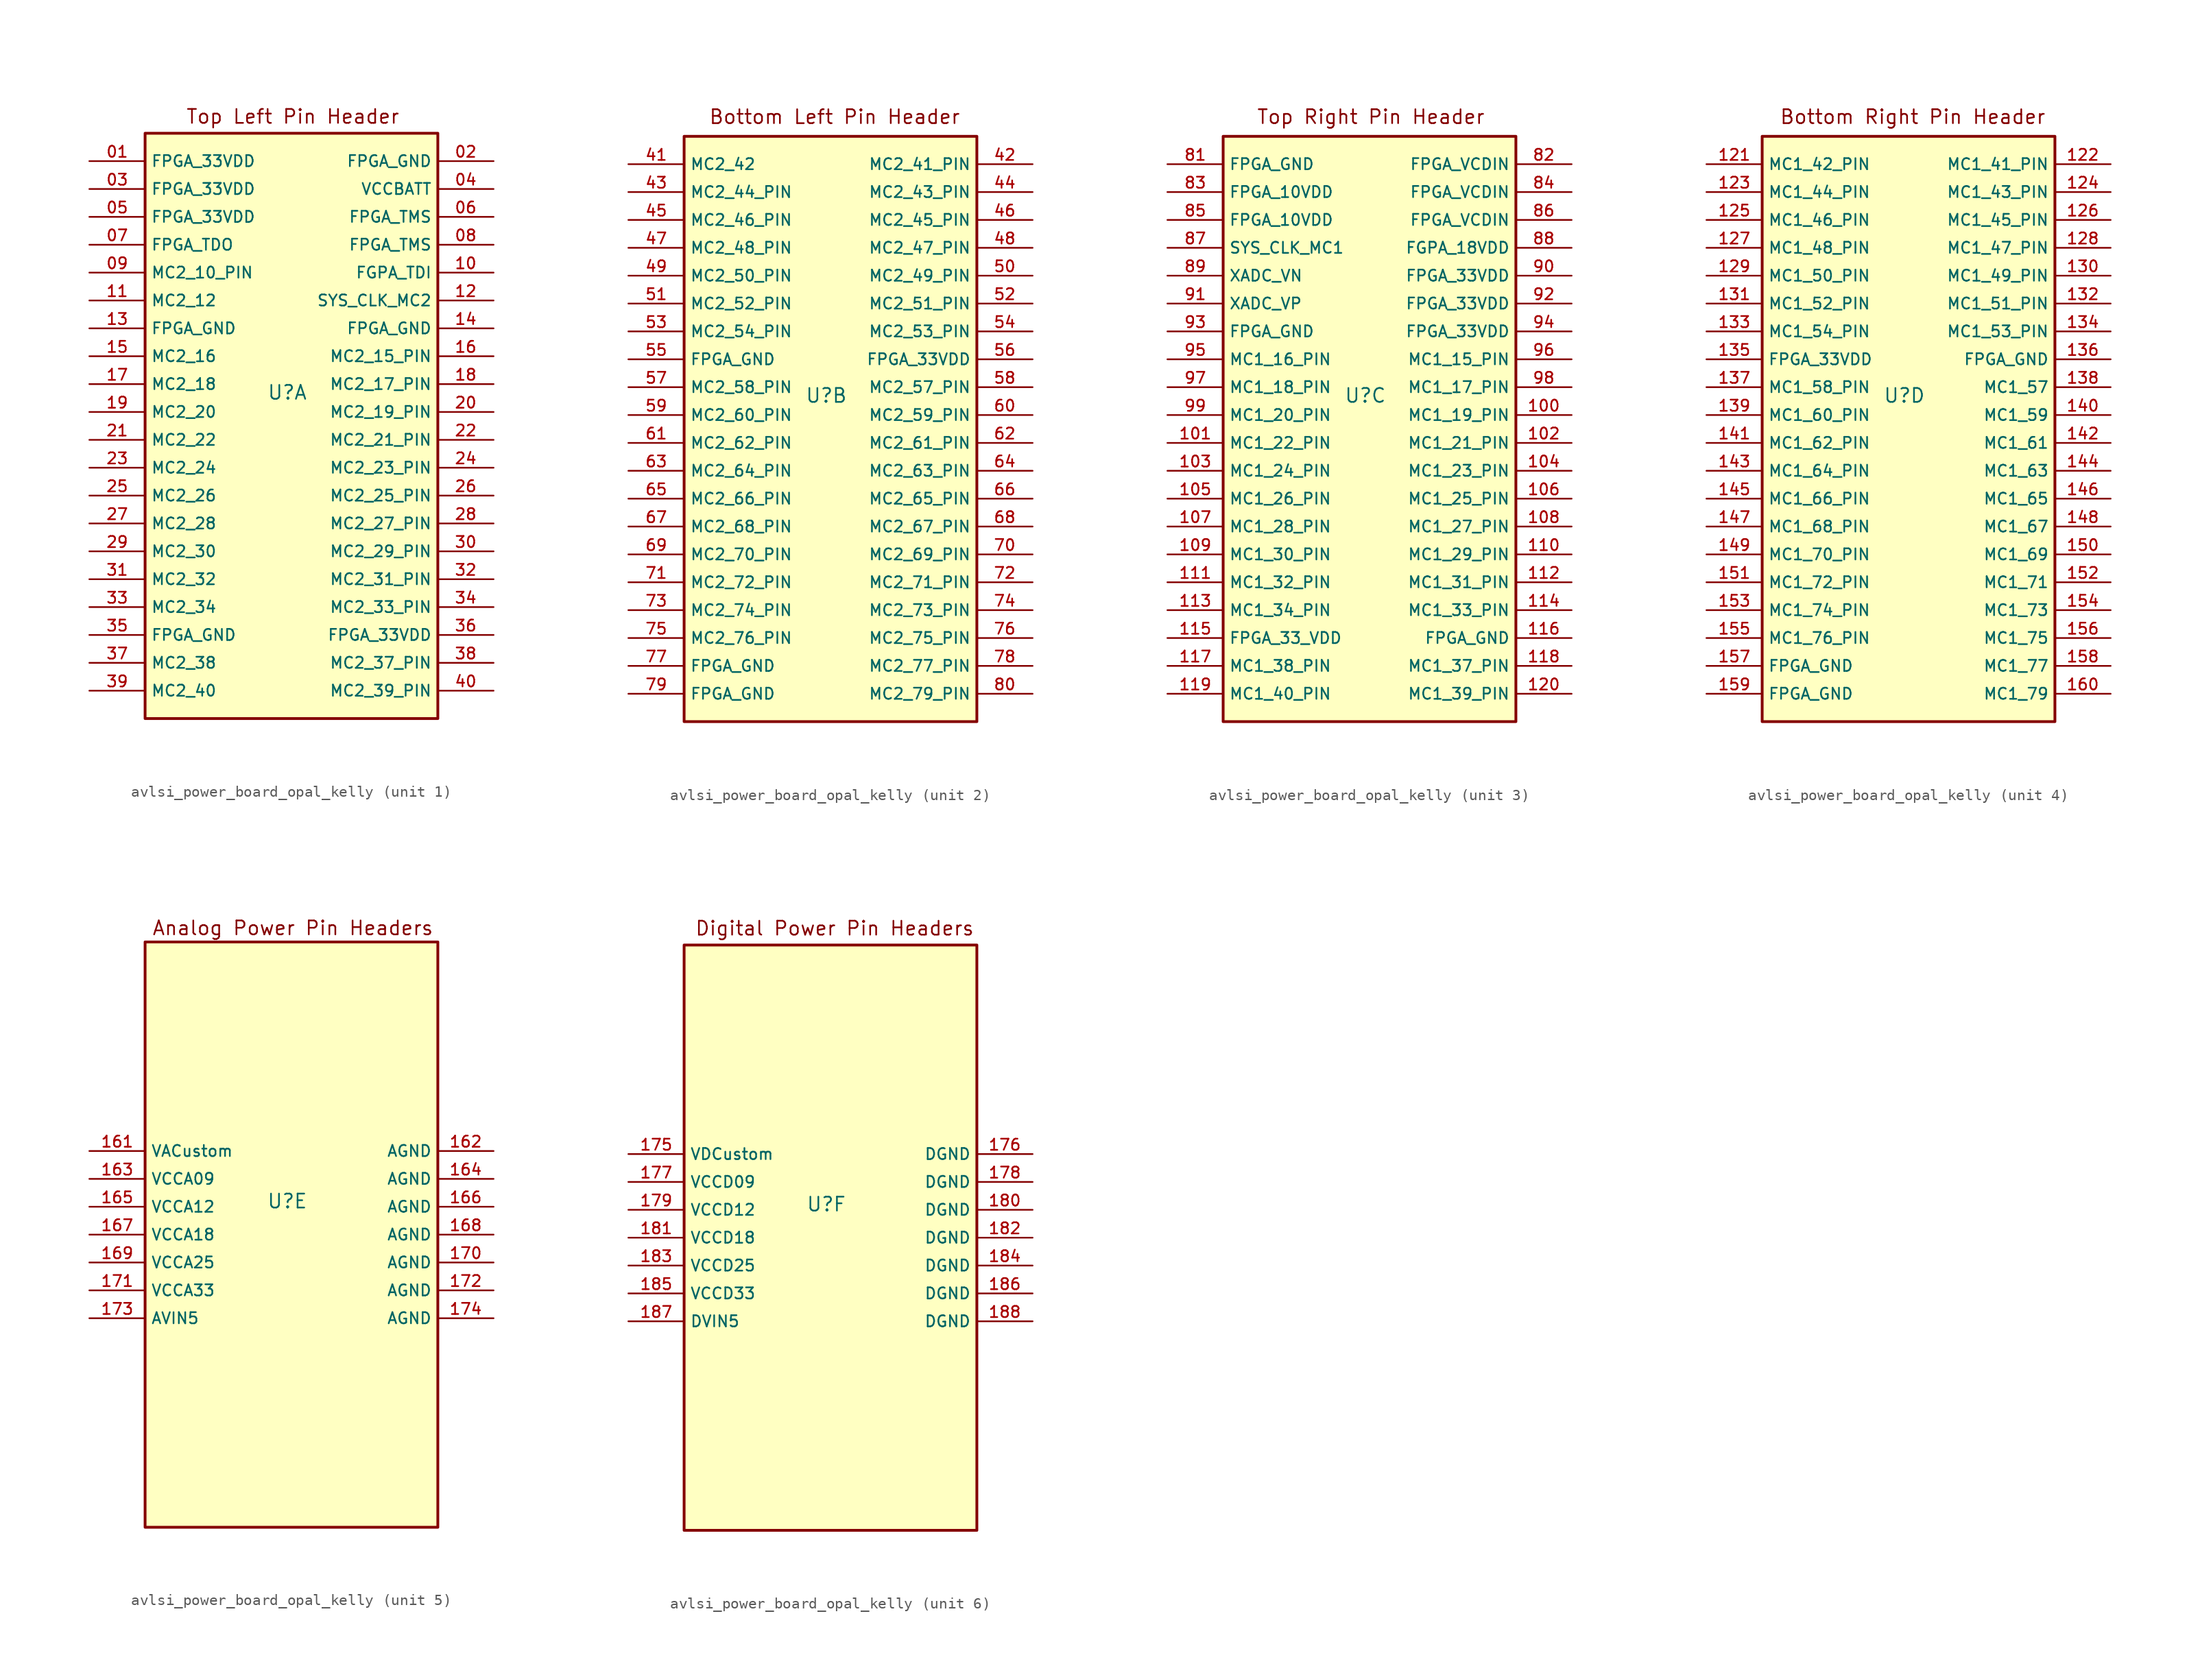
<source format=kicad_sym>
(kicad_symbol_lib
  (version 20231120)
  (generator "kicad_symbol_editor")
  (generator_version "8.0")
  (symbol "avlsi_power_board_opal_kelly"
    (property "Reference" "U"
      (at -1.016 3.048 0)
      (effects (font (size 1.27 1.27))))
    (property "Value" ""
      (at -5.08 -25.4 0)
      (effects (font (size 1.27 1.27))))
    (property "ki_locked" ""
      (at 0 0 0)
      (effects (font (size 1.27 1.27))))
    (symbol "avlsi_power_board_opal_kelly_0_0"
      (rectangle (start -13.97 26.67) (end 12.7 -26.67) (stroke (width 0.254) (type default)) (fill (type background))))
    (symbol "avlsi_power_board_opal_kelly_1_0"
      (pin passive line (at -19.05 24.13 0) (length 5.08) (name "FPGA_33VDD" (effects (font (size 1.016 1.016)))) (number "01" (effects (font (size 1.016 1.016)))))
      (pin passive line (at 17.78 24.13 180) (length 5.08) (name "FPGA_GND" (effects (font (size 1.016 1.016)))) (number "02" (effects (font (size 1.016 1.016)))))
      (pin passive line (at -19.05 21.59 0) (length 5.08) (name "FPGA_33VDD" (effects (font (size 1.016 1.016)))) (number "03" (effects (font (size 1.016 1.016)))))
      (pin passive line (at 17.78 21.59 180) (length 5.08) (name "VCCBATT" (effects (font (size 1.016 1.016)))) (number "04" (effects (font (size 1.016 1.016)))))
      (pin passive line (at -19.05 19.05 0) (length 5.08) (name "FPGA_33VDD" (effects (font (size 1.016 1.016)))) (number "05" (effects (font (size 1.016 1.016)))))
      (pin passive line (at 17.78 19.05 180) (length 5.08) (name "FPGA_TMS" (effects (font (size 1.016 1.016)))) (number "06" (effects (font (size 1.016 1.016)))))
      (pin passive line (at -19.05 16.51 0) (length 5.08) (name "FPGA_TDO" (effects (font (size 1.016 1.016)))) (number "07" (effects (font (size 1.016 1.016)))))
      (pin passive line (at 17.78 16.51 180) (length 5.08) (name "FPGA_TMS" (effects (font (size 1.016 1.016)))) (number "08" (effects (font (size 1.016 1.016)))))
      (pin passive line (at -19.05 13.97 0) (length 5.08) (name "MC2_10_PIN" (effects (font (size 1.016 1.016)))) (number "09" (effects (font (size 1.016 1.016)))))
      (pin passive line (at 17.78 13.97 180) (length 5.08) (name "FGPA_TDI" (effects (font (size 1.016 1.016)))) (number "10" (effects (font (size 1.016 1.016)))))
      (pin passive line (at -19.05 11.43 0) (length 5.08) (name "MC2_12" (effects (font (size 1.016 1.016)))) (number "11" (effects (font (size 1.016 1.016)))))
      (pin passive line (at 17.78 11.43 180) (length 5.08) (name "SYS_CLK_MC2" (effects (font (size 1.016 1.016)))) (number "12" (effects (font (size 1.016 1.016)))))
      (pin passive line (at -19.05 8.89 0) (length 5.08) (name "FPGA_GND" (effects (font (size 1.016 1.016)))) (number "13" (effects (font (size 1.016 1.016)))))
      (pin passive line (at 17.78 8.89 180) (length 5.08) (name "FPGA_GND" (effects (font (size 1.016 1.016)))) (number "14" (effects (font (size 1.016 1.016)))))
      (pin passive line (at -19.05 6.35 0) (length 5.08) (name "MC2_16" (effects (font (size 1.016 1.016)))) (number "15" (effects (font (size 1.016 1.016)))))
      (pin passive line (at 17.78 6.35 180) (length 5.08) (name "MC2_15_PIN" (effects (font (size 1.016 1.016)))) (number "16" (effects (font (size 1.016 1.016)))))
      (pin passive line (at -19.05 3.81 0) (length 5.08) (name "MC2_18" (effects (font (size 1.016 1.016)))) (number "17" (effects (font (size 1.016 1.016)))))
      (pin passive line (at 17.78 3.81 180) (length 5.08) (name "MC2_17_PIN" (effects (font (size 1.016 1.016)))) (number "18" (effects (font (size 1.016 1.016)))))
      (pin passive line (at -19.05 1.27 0) (length 5.08) (name "MC2_20" (effects (font (size 1.016 1.016)))) (number "19" (effects (font (size 1.016 1.016)))))
      (pin passive line (at 17.78 1.27 180) (length 5.08) (name "MC2_19_PIN" (effects (font (size 1.016 1.016)))) (number "20" (effects (font (size 1.016 1.016)))))
      (pin passive line (at -19.05 -1.27 0) (length 5.08) (name "MC2_22" (effects (font (size 1.016 1.016)))) (number "21" (effects (font (size 1.016 1.016)))))
      (pin passive line (at 17.78 -1.27 180) (length 5.08) (name "MC2_21_PIN" (effects (font (size 1.016 1.016)))) (number "22" (effects (font (size 1.016 1.016)))))
      (pin passive line (at -19.05 -3.81 0) (length 5.08) (name "MC2_24" (effects (font (size 1.016 1.016)))) (number "23" (effects (font (size 1.016 1.016)))))
      (pin passive line (at 17.78 -3.81 180) (length 5.08) (name "MC2_23_PIN" (effects (font (size 1.016 1.016)))) (number "24" (effects (font (size 1.016 1.016)))))
      (pin passive line (at -19.05 -6.35 0) (length 5.08) (name "MC2_26" (effects (font (size 1.016 1.016)))) (number "25" (effects (font (size 1.016 1.016)))))
      (pin passive line (at 17.78 -6.35 180) (length 5.08) (name "MC2_25_PIN" (effects (font (size 1.016 1.016)))) (number "26" (effects (font (size 1.016 1.016)))))
      (pin passive line (at -19.05 -8.89 0) (length 5.08) (name "MC2_28" (effects (font (size 1.016 1.016)))) (number "27" (effects (font (size 1.016 1.016)))))
      (pin passive line (at 17.78 -8.89 180) (length 5.08) (name "MC2_27_PIN" (effects (font (size 1.016 1.016)))) (number "28" (effects (font (size 1.016 1.016)))))
      (pin passive line (at -19.05 -11.43 0) (length 5.08) (name "MC2_30" (effects (font (size 1.016 1.016)))) (number "29" (effects (font (size 1.016 1.016)))))
      (pin passive line (at 17.78 -11.43 180) (length 5.08) (name "MC2_29_PIN" (effects (font (size 1.016 1.016)))) (number "30" (effects (font (size 1.016 1.016)))))
      (pin passive line (at -19.05 -13.97 0) (length 5.08) (name "MC2_32" (effects (font (size 1.016 1.016)))) (number "31" (effects (font (size 1.016 1.016)))))
      (pin passive line (at 17.78 -13.97 180) (length 5.08) (name "MC2_31_PIN" (effects (font (size 1.016 1.016)))) (number "32" (effects (font (size 1.016 1.016)))))
      (pin passive line (at -19.05 -16.51 0) (length 5.08) (name "MC2_34" (effects (font (size 1.016 1.016)))) (number "33" (effects (font (size 1.016 1.016)))))
      (pin passive line (at 17.78 -16.51 180) (length 5.08) (name "MC2_33_PIN" (effects (font (size 1.016 1.016)))) (number "34" (effects (font (size 1.016 1.016)))))
      (pin passive line (at -19.05 -19.05 0) (length 5.08) (name "FPGA_GND" (effects (font (size 1.016 1.016)))) (number "35" (effects (font (size 1.016 1.016)))))
      (pin passive line (at 17.78 -19.05 180) (length 5.08) (name "FPGA_33VDD" (effects (font (size 1.016 1.016)))) (number "36" (effects (font (size 1.016 1.016)))))
      (pin passive line (at -19.05 -21.59 0) (length 5.08) (name "MC2_38" (effects (font (size 1.016 1.016)))) (number "37" (effects (font (size 1.016 1.016)))))
      (pin passive line (at 17.78 -21.59 180) (length 5.08) (name "MC2_37_PIN" (effects (font (size 1.016 1.016)))) (number "38" (effects (font (size 1.016 1.016)))))
      (pin passive line (at -19.05 -24.13 0) (length 5.08) (name "MC2_40" (effects (font (size 1.016 1.016)))) (number "39" (effects (font (size 1.016 1.016)))))
      (pin passive line (at 17.78 -24.13 180) (length 5.08) (name "MC2_39_PIN" (effects (font (size 1.016 1.016)))) (number "40" (effects (font (size 1.016 1.016))))))
    (symbol "avlsi_power_board_opal_kelly_1_1"
      (text "Top Left Pin Header" (at -0.508 28.194 0) (effects (font (size 1.27 1.27)))))
    (symbol "avlsi_power_board_opal_kelly_2_0"
      (pin passive line (at -19.05 24.13 0) (length 5.08) (name "MC2_42" (effects (font (size 1.016 1.016)))) (number "41" (effects (font (size 1.016 1.016)))))
      (pin passive line (at 17.78 24.13 180) (length 5.08) (name "MC2_41_PIN" (effects (font (size 1.016 1.016)))) (number "42" (effects (font (size 1.016 1.016)))))
      (pin passive line (at -19.05 21.59 0) (length 5.08) (name "MC2_44_PIN" (effects (font (size 1.016 1.016)))) (number "43" (effects (font (size 1.016 1.016)))))
      (pin passive line (at 17.78 21.59 180) (length 5.08) (name "MC2_43_PIN" (effects (font (size 1.016 1.016)))) (number "44" (effects (font (size 1.016 1.016)))))
      (pin passive line (at -19.05 19.05 0) (length 5.08) (name "MC2_46_PIN" (effects (font (size 1.016 1.016)))) (number "45" (effects (font (size 1.016 1.016)))))
      (pin passive line (at 17.78 19.05 180) (length 5.08) (name "MC2_45_PIN" (effects (font (size 1.016 1.016)))) (number "46" (effects (font (size 1.016 1.016)))))
      (pin passive line (at -19.05 16.51 0) (length 5.08) (name "MC2_48_PIN" (effects (font (size 1.016 1.016)))) (number "47" (effects (font (size 1.016 1.016)))))
      (pin passive line (at 17.78 16.51 180) (length 5.08) (name "MC2_47_PIN" (effects (font (size 1.016 1.016)))) (number "48" (effects (font (size 1.016 1.016)))))
      (pin passive line (at -19.05 13.97 0) (length 5.08) (name "MC2_50_PIN" (effects (font (size 1.016 1.016)))) (number "49" (effects (font (size 1.016 1.016)))))
      (pin passive line (at 17.78 13.97 180) (length 5.08) (name "MC2_49_PIN" (effects (font (size 1.016 1.016)))) (number "50" (effects (font (size 1.016 1.016)))))
      (pin passive line (at -19.05 11.43 0) (length 5.08) (name "MC2_52_PIN" (effects (font (size 1.016 1.016)))) (number "51" (effects (font (size 1.016 1.016)))))
      (pin passive line (at 17.78 11.43 180) (length 5.08) (name "MC2_51_PIN" (effects (font (size 1.016 1.016)))) (number "52" (effects (font (size 1.016 1.016)))))
      (pin passive line (at -19.05 8.89 0) (length 5.08) (name "MC2_54_PIN" (effects (font (size 1.016 1.016)))) (number "53" (effects (font (size 1.016 1.016)))))
      (pin passive line (at 17.78 8.89 180) (length 5.08) (name "MC2_53_PIN" (effects (font (size 1.016 1.016)))) (number "54" (effects (font (size 1.016 1.016)))))
      (pin passive line (at -19.05 6.35 0) (length 5.08) (name "FPGA_GND" (effects (font (size 1.016 1.016)))) (number "55" (effects (font (size 1.016 1.016)))))
      (pin passive line (at 17.78 6.35 180) (length 5.08) (name "FPGA_33VDD" (effects (font (size 1.016 1.016)))) (number "56" (effects (font (size 1.016 1.016)))))
      (pin passive line (at -19.05 3.81 0) (length 5.08) (name "MC2_58_PIN" (effects (font (size 1.016 1.016)))) (number "57" (effects (font (size 1.016 1.016)))))
      (pin passive line (at 17.78 3.81 180) (length 5.08) (name "MC2_57_PIN" (effects (font (size 1.016 1.016)))) (number "58" (effects (font (size 1.016 1.016)))))
      (pin passive line (at -19.05 1.27 0) (length 5.08) (name "MC2_60_PIN" (effects (font (size 1.016 1.016)))) (number "59" (effects (font (size 1.016 1.016)))))
      (pin passive line (at 17.78 1.27 180) (length 5.08) (name "MC2_59_PIN" (effects (font (size 1.016 1.016)))) (number "60" (effects (font (size 1.016 1.016)))))
      (pin passive line (at -19.05 -1.27 0) (length 5.08) (name "MC2_62_PIN" (effects (font (size 1.016 1.016)))) (number "61" (effects (font (size 1.016 1.016)))))
      (pin passive line (at 17.78 -1.27 180) (length 5.08) (name "MC2_61_PIN" (effects (font (size 1.016 1.016)))) (number "62" (effects (font (size 1.016 1.016)))))
      (pin passive line (at -19.05 -3.81 0) (length 5.08) (name "MC2_64_PIN" (effects (font (size 1.016 1.016)))) (number "63" (effects (font (size 1.016 1.016)))))
      (pin passive line (at 17.78 -3.81 180) (length 5.08) (name "MC2_63_PIN" (effects (font (size 1.016 1.016)))) (number "64" (effects (font (size 1.016 1.016)))))
      (pin passive line (at -19.05 -6.35 0) (length 5.08) (name "MC2_66_PIN" (effects (font (size 1.016 1.016)))) (number "65" (effects (font (size 1.016 1.016)))))
      (pin passive line (at 17.78 -6.35 180) (length 5.08) (name "MC2_65_PIN" (effects (font (size 1.016 1.016)))) (number "66" (effects (font (size 1.016 1.016)))))
      (pin passive line (at -19.05 -8.89 0) (length 5.08) (name "MC2_68_PIN" (effects (font (size 1.016 1.016)))) (number "67" (effects (font (size 1.016 1.016)))))
      (pin passive line (at 17.78 -8.89 180) (length 5.08) (name "MC2_67_PIN" (effects (font (size 1.016 1.016)))) (number "68" (effects (font (size 1.016 1.016)))))
      (pin passive line (at -19.05 -11.43 0) (length 5.08) (name "MC2_70_PIN" (effects (font (size 1.016 1.016)))) (number "69" (effects (font (size 1.016 1.016)))))
      (pin passive line (at 17.78 -11.43 180) (length 5.08) (name "MC2_69_PIN" (effects (font (size 1.016 1.016)))) (number "70" (effects (font (size 1.016 1.016)))))
      (pin passive line (at -19.05 -13.97 0) (length 5.08) (name "MC2_72_PIN" (effects (font (size 1.016 1.016)))) (number "71" (effects (font (size 1.016 1.016)))))
      (pin passive line (at 17.78 -13.97 180) (length 5.08) (name "MC2_71_PIN" (effects (font (size 1.016 1.016)))) (number "72" (effects (font (size 1.016 1.016)))))
      (pin passive line (at -19.05 -16.51 0) (length 5.08) (name "MC2_74_PIN" (effects (font (size 1.016 1.016)))) (number "73" (effects (font (size 1.016 1.016)))))
      (pin passive line (at 17.78 -16.51 180) (length 5.08) (name "MC2_73_PIN" (effects (font (size 1.016 1.016)))) (number "74" (effects (font (size 1.016 1.016)))))
      (pin passive line (at -19.05 -19.05 0) (length 5.08) (name "MC2_76_PIN" (effects (font (size 1.016 1.016)))) (number "75" (effects (font (size 1.016 1.016)))))
      (pin passive line (at 17.78 -19.05 180) (length 5.08) (name "MC2_75_PIN" (effects (font (size 1.016 1.016)))) (number "76" (effects (font (size 1.016 1.016)))))
      (pin passive line (at -19.05 -21.59 0) (length 5.08) (name "FPGA_GND" (effects (font (size 1.016 1.016)))) (number "77" (effects (font (size 1.016 1.016)))))
      (pin passive line (at 17.78 -21.59 180) (length 5.08) (name "MC2_77_PIN" (effects (font (size 1.016 1.016)))) (number "78" (effects (font (size 1.016 1.016)))))
      (pin passive line (at -19.05 -24.13 0) (length 5.08) (name "FPGA_GND" (effects (font (size 1.016 1.016)))) (number "79" (effects (font (size 1.016 1.016)))))
      (pin passive line (at 17.78 -24.13 180) (length 5.08) (name "MC2_79_PIN" (effects (font (size 1.016 1.016)))) (number "80" (effects (font (size 1.016 1.016))))))
    (symbol "avlsi_power_board_opal_kelly_2_1"
      (text "Bottom Left Pin Header" (at -0.254 28.448 0) (effects (font (size 1.27 1.27)))))
    (symbol "avlsi_power_board_opal_kelly_3_0"
      (pin passive line (at 17.78 1.27 180) (length 5.08) (name "MC1_19_PIN" (effects (font (size 1.016 1.016)))) (number "100" (effects (font (size 1.016 1.016)))))
      (pin passive line (at -19.05 -1.27 0) (length 5.08) (name "MC1_22_PIN" (effects (font (size 1.016 1.016)))) (number "101" (effects (font (size 1.016 1.016)))))
      (pin passive line (at 17.78 -1.27 180) (length 5.08) (name "MC1_21_PIN" (effects (font (size 1.016 1.016)))) (number "102" (effects (font (size 1.016 1.016)))))
      (pin passive line (at -19.05 -3.81 0) (length 5.08) (name "MC1_24_PIN" (effects (font (size 1.016 1.016)))) (number "103" (effects (font (size 1.016 1.016)))))
      (pin passive line (at 17.78 -3.81 180) (length 5.08) (name "MC1_23_PIN" (effects (font (size 1.016 1.016)))) (number "104" (effects (font (size 1.016 1.016)))))
      (pin passive line (at -19.05 -6.35 0) (length 5.08) (name "MC1_26_PIN" (effects (font (size 1.016 1.016)))) (number "105" (effects (font (size 1.016 1.016)))))
      (pin passive line (at 17.78 -6.35 180) (length 5.08) (name "MC1_25_PIN" (effects (font (size 1.016 1.016)))) (number "106" (effects (font (size 1.016 1.016)))))
      (pin passive line (at -19.05 -8.89 0) (length 5.08) (name "MC1_28_PIN" (effects (font (size 1.016 1.016)))) (number "107" (effects (font (size 1.016 1.016)))))
      (pin passive line (at 17.78 -8.89 180) (length 5.08) (name "MC1_27_PIN" (effects (font (size 1.016 1.016)))) (number "108" (effects (font (size 1.016 1.016)))))
      (pin passive line (at -19.05 -11.43 0) (length 5.08) (name "MC1_30_PIN" (effects (font (size 1.016 1.016)))) (number "109" (effects (font (size 1.016 1.016)))))
      (pin passive line (at 17.78 -11.43 180) (length 5.08) (name "MC1_29_PIN" (effects (font (size 1.016 1.016)))) (number "110" (effects (font (size 1.016 1.016)))))
      (pin passive line (at -19.05 -13.97 0) (length 5.08) (name "MC1_32_PIN" (effects (font (size 1.016 1.016)))) (number "111" (effects (font (size 1.016 1.016)))))
      (pin passive line (at 17.78 -13.97 180) (length 5.08) (name "MC1_31_PIN" (effects (font (size 1.016 1.016)))) (number "112" (effects (font (size 1.016 1.016)))))
      (pin passive line (at -19.05 -16.51 0) (length 5.08) (name "MC1_34_PIN" (effects (font (size 1.016 1.016)))) (number "113" (effects (font (size 1.016 1.016)))))
      (pin passive line (at 17.78 -16.51 180) (length 5.08) (name "MC1_33_PIN" (effects (font (size 1.016 1.016)))) (number "114" (effects (font (size 1.016 1.016)))))
      (pin passive line (at -19.05 -19.05 0) (length 5.08) (name "FPGA_33_VDD" (effects (font (size 1.016 1.016)))) (number "115" (effects (font (size 1.016 1.016)))))
      (pin passive line (at 17.78 -19.05 180) (length 5.08) (name "FPGA_GND" (effects (font (size 1.016 1.016)))) (number "116" (effects (font (size 1.016 1.016)))))
      (pin passive line (at -19.05 -21.59 0) (length 5.08) (name "MC1_38_PIN" (effects (font (size 1.016 1.016)))) (number "117" (effects (font (size 1.016 1.016)))))
      (pin passive line (at 17.78 -21.59 180) (length 5.08) (name "MC1_37_PIN" (effects (font (size 1.016 1.016)))) (number "118" (effects (font (size 1.016 1.016)))))
      (pin passive line (at -19.05 -24.13 0) (length 5.08) (name "MC1_40_PIN" (effects (font (size 1.016 1.016)))) (number "119" (effects (font (size 1.016 1.016)))))
      (pin passive line (at 17.78 -24.13 180) (length 5.08) (name "MC1_39_PIN" (effects (font (size 1.016 1.016)))) (number "120" (effects (font (size 1.016 1.016)))))
      (pin passive line (at -19.05 24.13 0) (length 5.08) (name "FPGA_GND" (effects (font (size 1.016 1.016)))) (number "81" (effects (font (size 1.016 1.016)))))
      (pin passive line (at 17.78 24.13 180) (length 5.08) (name "FPGA_VCDIN" (effects (font (size 1.016 1.016)))) (number "82" (effects (font (size 1.016 1.016)))))
      (pin passive line (at -19.05 21.59 0) (length 5.08) (name "FPGA_10VDD" (effects (font (size 1.016 1.016)))) (number "83" (effects (font (size 1.016 1.016)))))
      (pin passive line (at 17.78 21.59 180) (length 5.08) (name "FPGA_VCDIN" (effects (font (size 1.016 1.016)))) (number "84" (effects (font (size 1.016 1.016)))))
      (pin passive line (at -19.05 19.05 0) (length 5.08) (name "FPGA_10VDD" (effects (font (size 1.016 1.016)))) (number "85" (effects (font (size 1.016 1.016)))))
      (pin passive line (at 17.78 19.05 180) (length 5.08) (name "FPGA_VCDIN" (effects (font (size 1.016 1.016)))) (number "86" (effects (font (size 1.016 1.016)))))
      (pin passive line (at -19.05 16.51 0) (length 5.08) (name "SYS_CLK_MC1" (effects (font (size 1.016 1.016)))) (number "87" (effects (font (size 1.016 1.016)))))
      (pin passive line (at 17.78 16.51 180) (length 5.08) (name "FGPA_18VDD" (effects (font (size 1.016 1.016)))) (number "88" (effects (font (size 1.016 1.016)))))
      (pin passive line (at -19.05 13.97 0) (length 5.08) (name "XADC_VN" (effects (font (size 1.016 1.016)))) (number "89" (effects (font (size 1.016 1.016)))))
      (pin passive line (at 17.78 13.97 180) (length 5.08) (name "FPGA_33VDD" (effects (font (size 1.016 1.016)))) (number "90" (effects (font (size 1.016 1.016)))))
      (pin passive line (at -19.05 11.43 0) (length 5.08) (name "XADC_VP" (effects (font (size 1.016 1.016)))) (number "91" (effects (font (size 1.016 1.016)))))
      (pin passive line (at 17.78 11.43 180) (length 5.08) (name "FPGA_33VDD" (effects (font (size 1.016 1.016)))) (number "92" (effects (font (size 1.016 1.016)))))
      (pin passive line (at -19.05 8.89 0) (length 5.08) (name "FPGA_GND" (effects (font (size 1.016 1.016)))) (number "93" (effects (font (size 1.016 1.016)))))
      (pin passive line (at 17.78 8.89 180) (length 5.08) (name "FPGA_33VDD" (effects (font (size 1.016 1.016)))) (number "94" (effects (font (size 1.016 1.016)))))
      (pin passive line (at -19.05 6.35 0) (length 5.08) (name "MC1_16_PIN" (effects (font (size 1.016 1.016)))) (number "95" (effects (font (size 1.016 1.016)))))
      (pin passive line (at 17.78 6.35 180) (length 5.08) (name "MC1_15_PIN" (effects (font (size 1.016 1.016)))) (number "96" (effects (font (size 1.016 1.016)))))
      (pin passive line (at -19.05 3.81 0) (length 5.08) (name "MC1_18_PIN" (effects (font (size 1.016 1.016)))) (number "97" (effects (font (size 1.016 1.016)))))
      (pin passive line (at 17.78 3.81 180) (length 5.08) (name "MC1_17_PIN" (effects (font (size 1.016 1.016)))) (number "98" (effects (font (size 1.016 1.016)))))
      (pin passive line (at -19.05 1.27 0) (length 5.08) (name "MC1_20_PIN" (effects (font (size 1.016 1.016)))) (number "99" (effects (font (size 1.016 1.016))))))
    (symbol "avlsi_power_board_opal_kelly_3_1"
      (text "Top Right Pin Header" (at -0.508 28.448 0) (effects (font (size 1.27 1.27)))))
    (symbol "avlsi_power_board_opal_kelly_4_0"
      (pin passive line (at -19.05 24.13 0) (length 5.08) (name "MC1_42_PIN" (effects (font (size 1.016 1.016)))) (number "121" (effects (font (size 1.016 1.016)))))
      (pin passive line (at 17.78 24.13 180) (length 5.08) (name "MC1_41_PIN" (effects (font (size 1.016 1.016)))) (number "122" (effects (font (size 1.016 1.016)))))
      (pin passive line (at -19.05 21.59 0) (length 5.08) (name "MC1_44_PIN" (effects (font (size 1.016 1.016)))) (number "123" (effects (font (size 1.016 1.016)))))
      (pin passive line (at 17.78 21.59 180) (length 5.08) (name "MC1_43_PIN" (effects (font (size 1.016 1.016)))) (number "124" (effects (font (size 1.016 1.016)))))
      (pin passive line (at -19.05 19.05 0) (length 5.08) (name "MC1_46_PIN" (effects (font (size 1.016 1.016)))) (number "125" (effects (font (size 1.016 1.016)))))
      (pin passive line (at 17.78 19.05 180) (length 5.08) (name "MC1_45_PIN" (effects (font (size 1.016 1.016)))) (number "126" (effects (font (size 1.016 1.016)))))
      (pin passive line (at -19.05 16.51 0) (length 5.08) (name "MC1_48_PIN" (effects (font (size 1.016 1.016)))) (number "127" (effects (font (size 1.016 1.016)))))
      (pin passive line (at 17.78 16.51 180) (length 5.08) (name "MC1_47_PIN" (effects (font (size 1.016 1.016)))) (number "128" (effects (font (size 1.016 1.016)))))
      (pin passive line (at -19.05 13.97 0) (length 5.08) (name "MC1_50_PIN" (effects (font (size 1.016 1.016)))) (number "129" (effects (font (size 1.016 1.016)))))
      (pin passive line (at 17.78 13.97 180) (length 5.08) (name "MC1_49_PIN" (effects (font (size 1.016 1.016)))) (number "130" (effects (font (size 1.016 1.016)))))
      (pin passive line (at -19.05 11.43 0) (length 5.08) (name "MC1_52_PIN" (effects (font (size 1.016 1.016)))) (number "131" (effects (font (size 1.016 1.016)))))
      (pin passive line (at 17.78 11.43 180) (length 5.08) (name "MC1_51_PIN" (effects (font (size 1.016 1.016)))) (number "132" (effects (font (size 1.016 1.016)))))
      (pin passive line (at -19.05 8.89 0) (length 5.08) (name "MC1_54_PIN" (effects (font (size 1.016 1.016)))) (number "133" (effects (font (size 1.016 1.016)))))
      (pin passive line (at 17.78 8.89 180) (length 5.08) (name "MC1_53_PIN" (effects (font (size 1.016 1.016)))) (number "134" (effects (font (size 1.016 1.016)))))
      (pin passive line (at -19.05 6.35 0) (length 5.08) (name "FPGA_33VDD" (effects (font (size 1.016 1.016)))) (number "135" (effects (font (size 1.016 1.016)))))
      (pin passive line (at 17.78 6.35 180) (length 5.08) (name "FPGA_GND" (effects (font (size 1.016 1.016)))) (number "136" (effects (font (size 1.016 1.016)))))
      (pin passive line (at -19.05 3.81 0) (length 5.08) (name "MC1_58_PIN" (effects (font (size 1.016 1.016)))) (number "137" (effects (font (size 1.016 1.016)))))
      (pin passive line (at 17.78 3.81 180) (length 5.08) (name "MC1_57" (effects (font (size 1.016 1.016)))) (number "138" (effects (font (size 1.016 1.016)))))
      (pin passive line (at -19.05 1.27 0) (length 5.08) (name "MC1_60_PIN" (effects (font (size 1.016 1.016)))) (number "139" (effects (font (size 1.016 1.016)))))
      (pin passive line (at 17.78 1.27 180) (length 5.08) (name "MC1_59" (effects (font (size 1.016 1.016)))) (number "140" (effects (font (size 1.016 1.016)))))
      (pin passive line (at -19.05 -1.27 0) (length 5.08) (name "MC1_62_PIN" (effects (font (size 1.016 1.016)))) (number "141" (effects (font (size 1.016 1.016)))))
      (pin passive line (at 17.78 -1.27 180) (length 5.08) (name "MC1_61" (effects (font (size 1.016 1.016)))) (number "142" (effects (font (size 1.016 1.016)))))
      (pin passive line (at -19.05 -3.81 0) (length 5.08) (name "MC1_64_PIN" (effects (font (size 1.016 1.016)))) (number "143" (effects (font (size 1.016 1.016)))))
      (pin passive line (at 17.78 -3.81 180) (length 5.08) (name "MC1_63" (effects (font (size 1.016 1.016)))) (number "144" (effects (font (size 1.016 1.016)))))
      (pin passive line (at -19.05 -6.35 0) (length 5.08) (name "MC1_66_PIN" (effects (font (size 1.016 1.016)))) (number "145" (effects (font (size 1.016 1.016)))))
      (pin passive line (at 17.78 -6.35 180) (length 5.08) (name "MC1_65" (effects (font (size 1.016 1.016)))) (number "146" (effects (font (size 1.016 1.016)))))
      (pin passive line (at -19.05 -8.89 0) (length 5.08) (name "MC1_68_PIN" (effects (font (size 1.016 1.016)))) (number "147" (effects (font (size 1.016 1.016)))))
      (pin passive line (at 17.78 -8.89 180) (length 5.08) (name "MC1_67" (effects (font (size 1.016 1.016)))) (number "148" (effects (font (size 1.016 1.016)))))
      (pin passive line (at -19.05 -11.43 0) (length 5.08) (name "MC1_70_PIN" (effects (font (size 1.016 1.016)))) (number "149" (effects (font (size 1.016 1.016)))))
      (pin passive line (at 17.78 -11.43 180) (length 5.08) (name "MC1_69" (effects (font (size 1.016 1.016)))) (number "150" (effects (font (size 1.016 1.016)))))
      (pin passive line (at -19.05 -13.97 0) (length 5.08) (name "MC1_72_PIN" (effects (font (size 1.016 1.016)))) (number "151" (effects (font (size 1.016 1.016)))))
      (pin passive line (at 17.78 -13.97 180) (length 5.08) (name "MC1_71" (effects (font (size 1.016 1.016)))) (number "152" (effects (font (size 1.016 1.016)))))
      (pin passive line (at -19.05 -16.51 0) (length 5.08) (name "MC1_74_PIN" (effects (font (size 1.016 1.016)))) (number "153" (effects (font (size 1.016 1.016)))))
      (pin passive line (at 17.78 -16.51 180) (length 5.08) (name "MC1_73" (effects (font (size 1.016 1.016)))) (number "154" (effects (font (size 1.016 1.016)))))
      (pin passive line (at -19.05 -19.05 0) (length 5.08) (name "MC1_76_PIN" (effects (font (size 1.016 1.016)))) (number "155" (effects (font (size 1.016 1.016)))))
      (pin passive line (at 17.78 -19.05 180) (length 5.08) (name "MC1_75" (effects (font (size 1.016 1.016)))) (number "156" (effects (font (size 1.016 1.016)))))
      (pin passive line (at -19.05 -21.59 0) (length 5.08) (name "FPGA_GND" (effects (font (size 1.016 1.016)))) (number "157" (effects (font (size 1.016 1.016)))))
      (pin passive line (at 17.78 -21.59 180) (length 5.08) (name "MC1_77" (effects (font (size 1.016 1.016)))) (number "158" (effects (font (size 1.016 1.016)))))
      (pin passive line (at -19.05 -24.13 0) (length 5.08) (name "FPGA_GND" (effects (font (size 1.016 1.016)))) (number "159" (effects (font (size 1.016 1.016)))))
      (pin passive line (at 17.78 -24.13 180) (length 5.08) (name "MC1_79" (effects (font (size 1.016 1.016)))) (number "160" (effects (font (size 1.016 1.016))))))
    (symbol "avlsi_power_board_opal_kelly_4_1"
      (text "Bottom Right Pin Header" (at -0.254 28.448 0) (effects (font (size 1.27 1.27)))))
    (symbol "avlsi_power_board_opal_kelly_5_0"
      (pin passive line (at -19.05 7.62 0) (length 5.08) (name "VACustom" (effects (font (size 1.016 1.016)))) (number "161" (effects (font (size 1.016 1.016)))))
      (pin passive line (at 17.78 7.62 180) (length 5.08) (name "AGND" (effects (font (size 1.016 1.016)))) (number "162" (effects (font (size 1.016 1.016)))))
      (pin passive line (at -19.05 5.08 0) (length 5.08) (name "VCCA09" (effects (font (size 1.016 1.016)))) (number "163" (effects (font (size 1.016 1.016)))))
      (pin passive line (at 17.78 5.08 180) (length 5.08) (name "AGND" (effects (font (size 1.016 1.016)))) (number "164" (effects (font (size 1.016 1.016)))))
      (pin passive line (at -19.05 2.54 0) (length 5.08) (name "VCCA12" (effects (font (size 1.016 1.016)))) (number "165" (effects (font (size 1.016 1.016)))))
      (pin passive line (at 17.78 2.54 180) (length 5.08) (name "AGND" (effects (font (size 1.016 1.016)))) (number "166" (effects (font (size 1.016 1.016)))))
      (pin passive line (at -19.05 0 0) (length 5.08) (name "VCCA18" (effects (font (size 1.016 1.016)))) (number "167" (effects (font (size 1.016 1.016)))))
      (pin passive line (at 17.78 0 180) (length 5.08) (name "AGND" (effects (font (size 1.016 1.016)))) (number "168" (effects (font (size 1.016 1.016)))))
      (pin passive line (at -19.05 -2.54 0) (length 5.08) (name "VCCA25" (effects (font (size 1.016 1.016)))) (number "169" (effects (font (size 1.016 1.016)))))
      (pin passive line (at 17.78 -2.54 180) (length 5.08) (name "AGND" (effects (font (size 1.016 1.016)))) (number "170" (effects (font (size 1.016 1.016)))))
      (pin passive line (at -19.05 -5.08 0) (length 5.08) (name "VCCA33" (effects (font (size 1.016 1.016)))) (number "171" (effects (font (size 1.016 1.016)))))
      (pin passive line (at 17.78 -5.08 180) (length 5.08) (name "AGND" (effects (font (size 1.016 1.016)))) (number "172" (effects (font (size 1.016 1.016)))))
      (pin passive line (at -19.05 -7.62 0) (length 5.08) (name "AVIN5" (effects (font (size 1.016 1.016)))) (number "173" (effects (font (size 1.016 1.016)))))
      (pin passive line (at 17.78 -7.62 180) (length 5.08) (name "AGND" (effects (font (size 1.016 1.016)))) (number "174" (effects (font (size 1.016 1.016))))))
    (symbol "avlsi_power_board_opal_kelly_5_1"
      (text "Analog Power Pin Headers" (at -0.508 27.94 0) (effects (font (size 1.27 1.27)))))
    (symbol "avlsi_power_board_opal_kelly_6_0"
      (pin passive line (at -19.05 7.62 0) (length 5.08) (name "VDCustom" (effects (font (size 1.016 1.016)))) (number "175" (effects (font (size 1.016 1.016)))))
      (pin passive line (at 17.78 7.62 180) (length 5.08) (name "DGND" (effects (font (size 1.016 1.016)))) (number "176" (effects (font (size 1.016 1.016)))))
      (pin passive line (at -19.05 5.08 0) (length 5.08) (name "VCCD09" (effects (font (size 1.016 1.016)))) (number "177" (effects (font (size 1.016 1.016)))))
      (pin passive line (at 17.78 5.08 180) (length 5.08) (name "DGND" (effects (font (size 1.016 1.016)))) (number "178" (effects (font (size 1.016 1.016)))))
      (pin passive line (at -19.05 2.54 0) (length 5.08) (name "VCCD12" (effects (font (size 1.016 1.016)))) (number "179" (effects (font (size 1.016 1.016)))))
      (pin passive line (at 17.78 2.54 180) (length 5.08) (name "DGND" (effects (font (size 1.016 1.016)))) (number "180" (effects (font (size 1.016 1.016)))))
      (pin passive line (at -19.05 0 0) (length 5.08) (name "VCCD18" (effects (font (size 1.016 1.016)))) (number "181" (effects (font (size 1.016 1.016)))))
      (pin passive line (at 17.78 0 180) (length 5.08) (name "DGND" (effects (font (size 1.016 1.016)))) (number "182" (effects (font (size 1.016 1.016)))))
      (pin passive line (at -19.05 -2.54 0) (length 5.08) (name "VCCD25" (effects (font (size 1.016 1.016)))) (number "183" (effects (font (size 1.016 1.016)))))
      (pin passive line (at 17.78 -2.54 180) (length 5.08) (name "DGND" (effects (font (size 1.016 1.016)))) (number "184" (effects (font (size 1.016 1.016)))))
      (pin passive line (at -19.05 -5.08 0) (length 5.08) (name "VCCD33" (effects (font (size 1.016 1.016)))) (number "185" (effects (font (size 1.016 1.016)))))
      (pin passive line (at 17.78 -5.08 180) (length 5.08) (name "DGND" (effects (font (size 1.016 1.016)))) (number "186" (effects (font (size 1.016 1.016)))))
      (pin passive line (at -19.05 -7.62 0) (length 5.08) (name "DVIN5" (effects (font (size 1.016 1.016)))) (number "187" (effects (font (size 1.016 1.016)))))
      (pin passive line (at 17.78 -7.62 180) (length 5.08) (name "DGND" (effects (font (size 1.016 1.016)))) (number "188" (effects (font (size 1.016 1.016))))))
    (symbol "avlsi_power_board_opal_kelly_6_1"
      (text "Digital Power Pin Headers" (at -0.254 28.194 0) (effects (font (size 1.27 1.27)))))))
</source>
